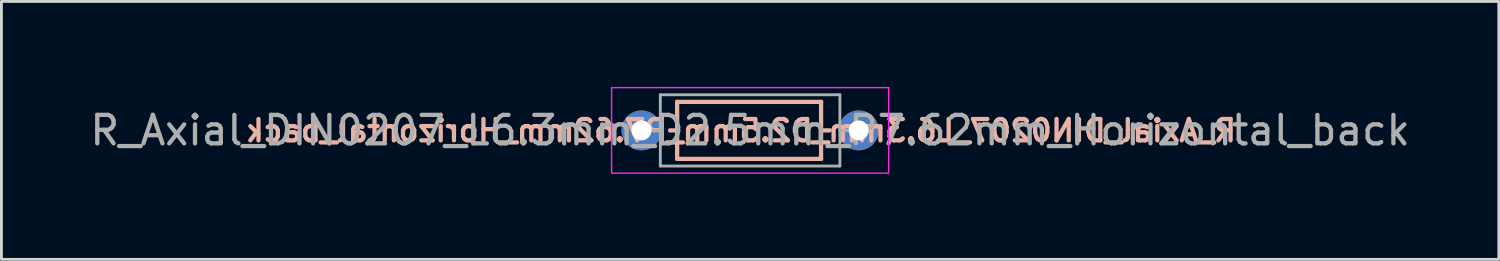
<source format=kicad_pcb>
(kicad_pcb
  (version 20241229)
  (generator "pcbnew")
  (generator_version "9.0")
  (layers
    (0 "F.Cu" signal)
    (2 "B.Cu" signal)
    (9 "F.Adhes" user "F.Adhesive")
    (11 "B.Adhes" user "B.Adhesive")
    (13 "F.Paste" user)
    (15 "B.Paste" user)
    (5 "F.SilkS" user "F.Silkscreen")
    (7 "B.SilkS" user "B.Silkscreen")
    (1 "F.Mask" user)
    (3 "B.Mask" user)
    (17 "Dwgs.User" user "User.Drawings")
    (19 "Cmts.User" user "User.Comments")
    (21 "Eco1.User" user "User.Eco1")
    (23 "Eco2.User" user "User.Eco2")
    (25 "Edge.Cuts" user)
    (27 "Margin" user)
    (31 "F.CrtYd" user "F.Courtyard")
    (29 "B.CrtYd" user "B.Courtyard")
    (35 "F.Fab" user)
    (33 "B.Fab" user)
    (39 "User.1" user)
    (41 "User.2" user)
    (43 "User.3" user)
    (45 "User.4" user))
  (footprint "R_Axial_DIN0207_L6.3mm_D2.5mm_P7.62mm_Horizontal_back"
    (layer "F.Cu")
    (at 19.458 1.525)
    (property "Reference" "R_Axial_DIN0207_L6.3mm_D2.5mm_P7.62mm_Horizontal_back" (at 3.49 0.01 0) (layer "B.SilkS") (effects (font (size 0.75 0.75) (thickness 0.15)) (justify mirror)))
    (attr through_hole)
    (fp_line (start 1.25 -1) (end 6.3 -1) (stroke (width 0.15) (type solid)) (layer "B.SilkS"))
    (fp_line (start 1.25 0) (end 1 0) (stroke (width 0.15) (type solid)) (layer "B.SilkS"))
    (fp_line (start 1.25 1) (end 1.25 -1) (stroke (width 0.15) (type solid)) (layer "B.SilkS"))
    (fp_line (start 6.3 -1) (end 6.3 1) (stroke (width 0.15) (type solid)) (layer "B.SilkS"))
    (fp_line (start 6.3 1) (end 1.25 1) (stroke (width 0.15) (type solid)) (layer "B.SilkS"))
    (fp_line (start 6.35 0) (end 6.6 0) (stroke (width 0.15) (type solid)) (layer "B.SilkS"))
    (fp_line (start -1.05 -1.5) (end -1.05 1.5) (stroke (width 0.05) (type solid)) (layer "F.CrtYd"))
    (fp_line (start -1.05 1.5) (end 8.67 1.5) (stroke (width 0.05) (type solid)) (layer "F.CrtYd"))
    (fp_line (start 8.67 -1.5) (end -1.05 -1.5) (stroke (width 0.05) (type solid)) (layer "F.CrtYd"))
    (fp_line (start 8.67 1.5) (end 8.67 -1.5) (stroke (width 0.05) (type solid)) (layer "F.CrtYd"))
    (fp_line (start 0 0) (end 0.66 0) (stroke (width 0.1) (type solid)) (layer "F.Fab"))
    (fp_line (start 0.66 -1.25) (end 0.66 1.25) (stroke (width 0.1) (type solid)) (layer "F.Fab"))
    (fp_line (start 0.66 1.25) (end 6.96 1.25) (stroke (width 0.1) (type solid)) (layer "F.Fab"))
    (fp_line (start 6.96 -1.25) (end 0.66 -1.25) (stroke (width 0.1) (type solid)) (layer "F.Fab"))
    (fp_line (start 6.96 1.25) (end 6.96 -1.25) (stroke (width 0.1) (type solid)) (layer "F.Fab"))
    (fp_line (start 7.62 0) (end 6.96 0) (stroke (width 0.1) (type solid)) (layer "F.Fab"))
    (fp_text user "${REFERENCE}" (at 3.81 0 0) (layer "F.Fab") (effects (font (size 1 1) (thickness 0.15))))
    (pad "1" thru_hole circle (at 0 0) (size 1.4 1.4) (drill 0.7) (layers "*.Cu" "*.Mask"))
    (pad "2" thru_hole circle (at 7.62 0) (size 1.4 1.4) (drill 0.7) (layers "*.Cu" "*.Mask")))
  (gr_rect
    (start -3 -3)
    (end 49.536 6.05)
    (stroke (width 0.1) (type default))
    (fill no)
    (layer "Edge.Cuts")))
</source>
